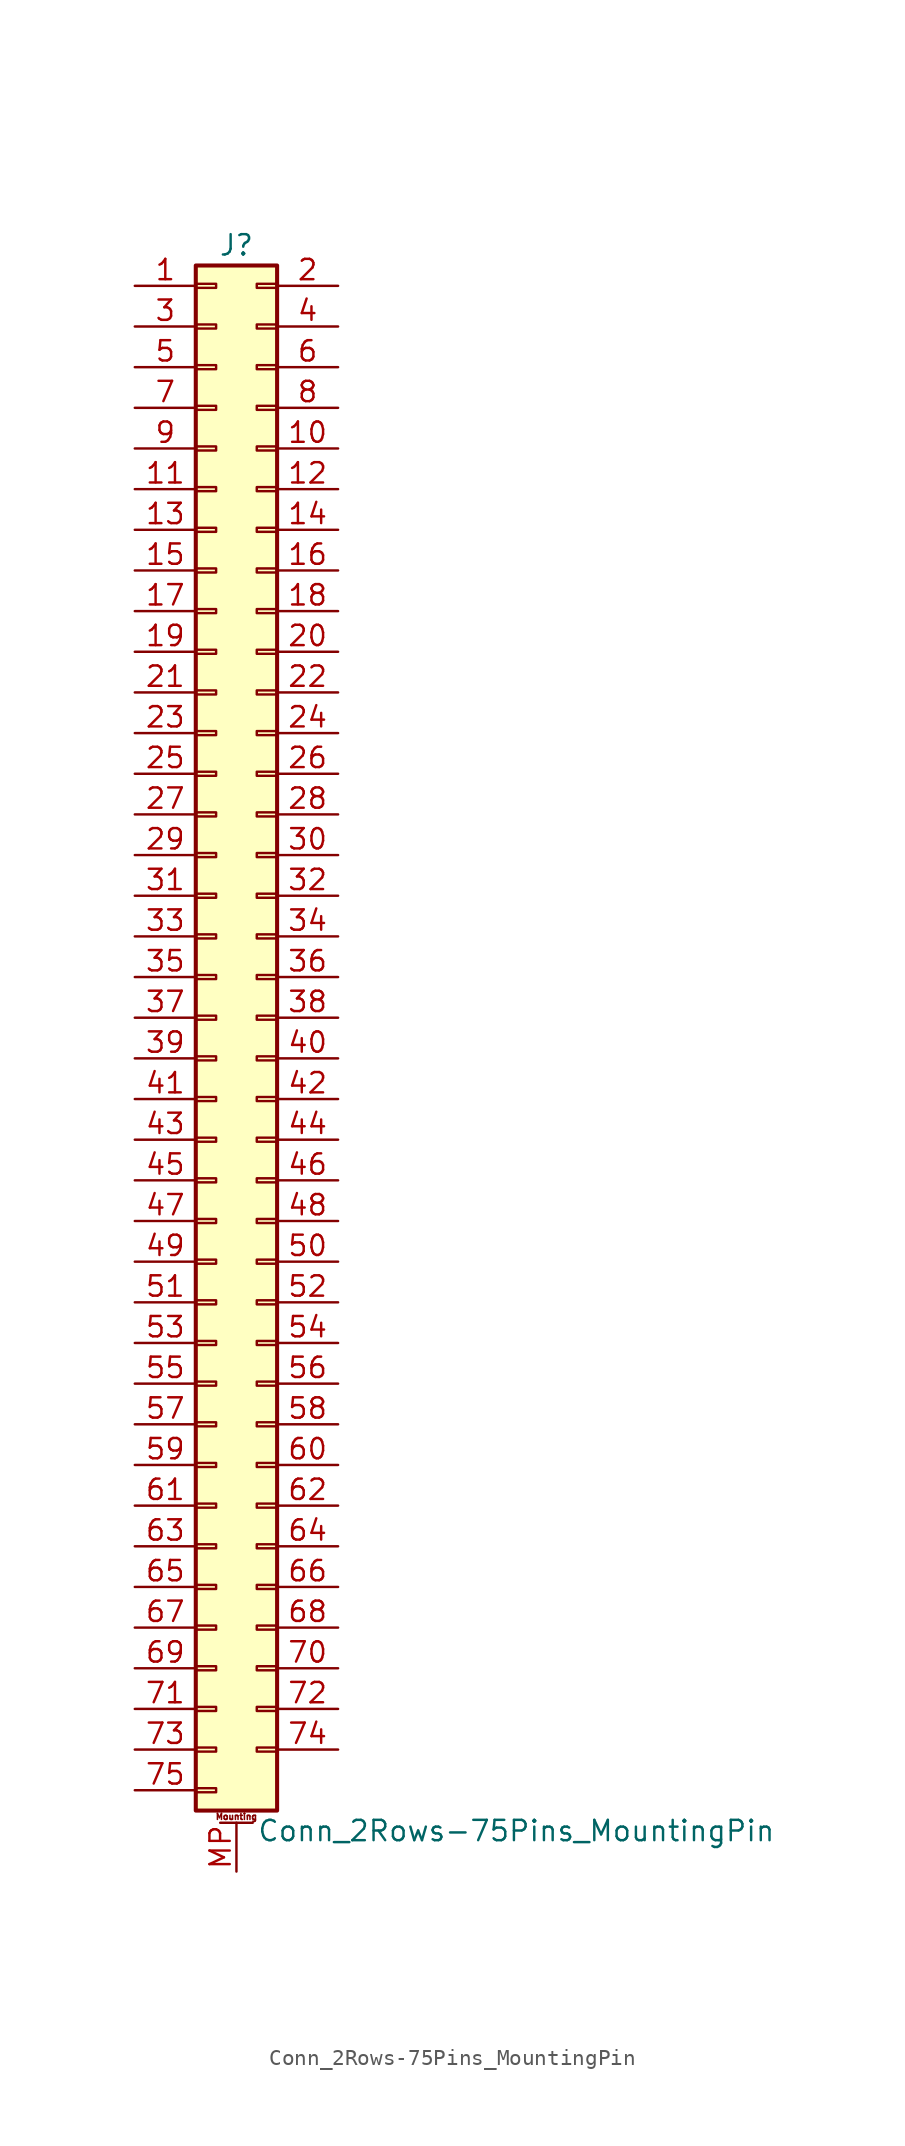
<source format=kicad_sym>
(kicad_symbol_lib
  (version 20211014)
  (generator kicad_symbol_editor)
  (symbol "Conn_2Rows-75Pins_MountingPin"
    (pin_names
      (offset 1.016) hide)
    (property "Reference" "J"
      (at 1.27 48.26 0)
      (effects (font (size 1.27 1.27))))
    (property "Value" "Conn_2Rows-75Pins_MountingPin"
      (at 2.54 -50.8 0)
      (effects (font (size 1.27 1.27)) (justify left)))
    (symbol "Conn_2Rows-75Pins_MountingPin_1_1"
      (rectangle (start -1.27 -48.133) (end 0 -48.387) (stroke (width 0.152) (type default) (color 0 0 0 0)) (fill (type none)))
      (rectangle (start -1.27 -45.593) (end 0 -45.847) (stroke (width 0.152) (type default) (color 0 0 0 0)) (fill (type none)))
      (rectangle (start -1.27 -43.053) (end 0 -43.307) (stroke (width 0.152) (type default) (color 0 0 0 0)) (fill (type none)))
      (rectangle (start -1.27 -40.513) (end 0 -40.767) (stroke (width 0.152) (type default) (color 0 0 0 0)) (fill (type none)))
      (rectangle (start -1.27 -37.973) (end 0 -38.227) (stroke (width 0.152) (type default) (color 0 0 0 0)) (fill (type none)))
      (rectangle (start -1.27 -35.433) (end 0 -35.687) (stroke (width 0.152) (type default) (color 0 0 0 0)) (fill (type none)))
      (rectangle (start -1.27 -32.893) (end 0 -33.147) (stroke (width 0.152) (type default) (color 0 0 0 0)) (fill (type none)))
      (rectangle (start -1.27 -30.353) (end 0 -30.607) (stroke (width 0.152) (type default) (color 0 0 0 0)) (fill (type none)))
      (rectangle (start -1.27 -27.813) (end 0 -28.067) (stroke (width 0.152) (type default) (color 0 0 0 0)) (fill (type none)))
      (rectangle (start -1.27 -25.273) (end 0 -25.527) (stroke (width 0.152) (type default) (color 0 0 0 0)) (fill (type none)))
      (rectangle (start -1.27 -22.733) (end 0 -22.987) (stroke (width 0.152) (type default) (color 0 0 0 0)) (fill (type none)))
      (rectangle (start -1.27 -20.193) (end 0 -20.447) (stroke (width 0.152) (type default) (color 0 0 0 0)) (fill (type none)))
      (rectangle (start -1.27 -17.653) (end 0 -17.907) (stroke (width 0.152) (type default) (color 0 0 0 0)) (fill (type none)))
      (rectangle (start -1.27 -15.113) (end 0 -15.367) (stroke (width 0.152) (type default) (color 0 0 0 0)) (fill (type none)))
      (rectangle (start -1.27 -12.573) (end 0 -12.827) (stroke (width 0.152) (type default) (color 0 0 0 0)) (fill (type none)))
      (rectangle (start -1.27 -10.033) (end 0 -10.287) (stroke (width 0.152) (type default) (color 0 0 0 0)) (fill (type none)))
      (rectangle (start -1.27 -7.493) (end 0 -7.747) (stroke (width 0.152) (type default) (color 0 0 0 0)) (fill (type none)))
      (rectangle (start -1.27 -4.953) (end 0 -5.207) (stroke (width 0.152) (type default) (color 0 0 0 0)) (fill (type none)))
      (rectangle (start -1.27 -2.413) (end 0 -2.667) (stroke (width 0.152) (type default) (color 0 0 0 0)) (fill (type none)))
      (rectangle (start -1.27 0.127) (end 0 -0.127) (stroke (width 0.152) (type default) (color 0 0 0 0)) (fill (type none)))
      (rectangle (start -1.27 2.667) (end 0 2.413) (stroke (width 0.152) (type default) (color 0 0 0 0)) (fill (type none)))
      (rectangle (start -1.27 5.207) (end 0 4.953) (stroke (width 0.152) (type default) (color 0 0 0 0)) (fill (type none)))
      (rectangle (start -1.27 7.747) (end 0 7.493) (stroke (width 0.152) (type default) (color 0 0 0 0)) (fill (type none)))
      (rectangle (start -1.27 10.287) (end 0 10.033) (stroke (width 0.152) (type default) (color 0 0 0 0)) (fill (type none)))
      (rectangle (start -1.27 12.827) (end 0 12.573) (stroke (width 0.152) (type default) (color 0 0 0 0)) (fill (type none)))
      (rectangle (start -1.27 15.367) (end 0 15.113) (stroke (width 0.152) (type default) (color 0 0 0 0)) (fill (type none)))
      (rectangle (start -1.27 17.907) (end 0 17.653) (stroke (width 0.152) (type default) (color 0 0 0 0)) (fill (type none)))
      (rectangle (start -1.27 20.447) (end 0 20.193) (stroke (width 0.152) (type default) (color 0 0 0 0)) (fill (type none)))
      (rectangle (start -1.27 22.987) (end 0 22.733) (stroke (width 0.152) (type default) (color 0 0 0 0)) (fill (type none)))
      (rectangle (start -1.27 25.527) (end 0 25.273) (stroke (width 0.152) (type default) (color 0 0 0 0)) (fill (type none)))
      (rectangle (start -1.27 28.067) (end 0 27.813) (stroke (width 0.152) (type default) (color 0 0 0 0)) (fill (type none)))
      (rectangle (start -1.27 30.607) (end 0 30.353) (stroke (width 0.152) (type default) (color 0 0 0 0)) (fill (type none)))
      (rectangle (start -1.27 33.147) (end 0 32.893) (stroke (width 0.152) (type default) (color 0 0 0 0)) (fill (type none)))
      (rectangle (start -1.27 35.687) (end 0 35.433) (stroke (width 0.152) (type default) (color 0 0 0 0)) (fill (type none)))
      (rectangle (start -1.27 38.227) (end 0 37.973) (stroke (width 0.152) (type default) (color 0 0 0 0)) (fill (type none)))
      (rectangle (start -1.27 40.767) (end 0 40.513) (stroke (width 0.152) (type default) (color 0 0 0 0)) (fill (type none)))
      (rectangle (start -1.27 43.307) (end 0 43.053) (stroke (width 0.152) (type default) (color 0 0 0 0)) (fill (type none)))
      (rectangle (start -1.27 45.847) (end 0 45.593) (stroke (width 0.152) (type default) (color 0 0 0 0)) (fill (type none)))
      (rectangle (start -1.27 46.99) (end 3.81 -49.53) (stroke (width 0.254) (type default) (color 0 0 0 0)) (fill (type background)))
      (polyline (pts (xy 0.254 -50.292) (xy 2.286 -50.292)) (stroke (width 0.152) (type default) (color 0 0 0 0)) (fill (type none)))
      (rectangle (start 3.81 -45.593) (end 2.54 -45.847) (stroke (width 0.152) (type default) (color 0 0 0 0)) (fill (type none)))
      (rectangle (start 3.81 -43.053) (end 2.54 -43.307) (stroke (width 0.152) (type default) (color 0 0 0 0)) (fill (type none)))
      (rectangle (start 3.81 -40.513) (end 2.54 -40.767) (stroke (width 0.152) (type default) (color 0 0 0 0)) (fill (type none)))
      (rectangle (start 3.81 -37.973) (end 2.54 -38.227) (stroke (width 0.152) (type default) (color 0 0 0 0)) (fill (type none)))
      (rectangle (start 3.81 -35.433) (end 2.54 -35.687) (stroke (width 0.152) (type default) (color 0 0 0 0)) (fill (type none)))
      (rectangle (start 3.81 -32.893) (end 2.54 -33.147) (stroke (width 0.152) (type default) (color 0 0 0 0)) (fill (type none)))
      (rectangle (start 3.81 -30.353) (end 2.54 -30.607) (stroke (width 0.152) (type default) (color 0 0 0 0)) (fill (type none)))
      (rectangle (start 3.81 -27.813) (end 2.54 -28.067) (stroke (width 0.152) (type default) (color 0 0 0 0)) (fill (type none)))
      (rectangle (start 3.81 -25.273) (end 2.54 -25.527) (stroke (width 0.152) (type default) (color 0 0 0 0)) (fill (type none)))
      (rectangle (start 3.81 -22.733) (end 2.54 -22.987) (stroke (width 0.152) (type default) (color 0 0 0 0)) (fill (type none)))
      (rectangle (start 3.81 -20.193) (end 2.54 -20.447) (stroke (width 0.152) (type default) (color 0 0 0 0)) (fill (type none)))
      (rectangle (start 3.81 -17.653) (end 2.54 -17.907) (stroke (width 0.152) (type default) (color 0 0 0 0)) (fill (type none)))
      (rectangle (start 3.81 -15.113) (end 2.54 -15.367) (stroke (width 0.152) (type default) (color 0 0 0 0)) (fill (type none)))
      (rectangle (start 3.81 -12.573) (end 2.54 -12.827) (stroke (width 0.152) (type default) (color 0 0 0 0)) (fill (type none)))
      (rectangle (start 3.81 -10.033) (end 2.54 -10.287) (stroke (width 0.152) (type default) (color 0 0 0 0)) (fill (type none)))
      (rectangle (start 3.81 -7.493) (end 2.54 -7.747) (stroke (width 0.152) (type default) (color 0 0 0 0)) (fill (type none)))
      (rectangle (start 3.81 -4.953) (end 2.54 -5.207) (stroke (width 0.152) (type default) (color 0 0 0 0)) (fill (type none)))
      (rectangle (start 3.81 -2.413) (end 2.54 -2.667) (stroke (width 0.152) (type default) (color 0 0 0 0)) (fill (type none)))
      (rectangle (start 3.81 0.127) (end 2.54 -0.127) (stroke (width 0.152) (type default) (color 0 0 0 0)) (fill (type none)))
      (rectangle (start 3.81 2.667) (end 2.54 2.413) (stroke (width 0.152) (type default) (color 0 0 0 0)) (fill (type none)))
      (rectangle (start 3.81 5.207) (end 2.54 4.953) (stroke (width 0.152) (type default) (color 0 0 0 0)) (fill (type none)))
      (rectangle (start 3.81 7.747) (end 2.54 7.493) (stroke (width 0.152) (type default) (color 0 0 0 0)) (fill (type none)))
      (rectangle (start 3.81 10.287) (end 2.54 10.033) (stroke (width 0.152) (type default) (color 0 0 0 0)) (fill (type none)))
      (rectangle (start 3.81 12.827) (end 2.54 12.573) (stroke (width 0.152) (type default) (color 0 0 0 0)) (fill (type none)))
      (rectangle (start 3.81 15.367) (end 2.54 15.113) (stroke (width 0.152) (type default) (color 0 0 0 0)) (fill (type none)))
      (rectangle (start 3.81 17.907) (end 2.54 17.653) (stroke (width 0.152) (type default) (color 0 0 0 0)) (fill (type none)))
      (rectangle (start 3.81 20.447) (end 2.54 20.193) (stroke (width 0.152) (type default) (color 0 0 0 0)) (fill (type none)))
      (rectangle (start 3.81 22.987) (end 2.54 22.733) (stroke (width 0.152) (type default) (color 0 0 0 0)) (fill (type none)))
      (rectangle (start 3.81 25.527) (end 2.54 25.273) (stroke (width 0.152) (type default) (color 0 0 0 0)) (fill (type none)))
      (rectangle (start 3.81 28.067) (end 2.54 27.813) (stroke (width 0.152) (type default) (color 0 0 0 0)) (fill (type none)))
      (rectangle (start 3.81 30.607) (end 2.54 30.353) (stroke (width 0.152) (type default) (color 0 0 0 0)) (fill (type none)))
      (rectangle (start 3.81 33.147) (end 2.54 32.893) (stroke (width 0.152) (type default) (color 0 0 0 0)) (fill (type none)))
      (rectangle (start 3.81 35.687) (end 2.54 35.433) (stroke (width 0.152) (type default) (color 0 0 0 0)) (fill (type none)))
      (rectangle (start 3.81 38.227) (end 2.54 37.973) (stroke (width 0.152) (type default) (color 0 0 0 0)) (fill (type none)))
      (rectangle (start 3.81 40.767) (end 2.54 40.513) (stroke (width 0.152) (type default) (color 0 0 0 0)) (fill (type none)))
      (rectangle (start 3.81 43.307) (end 2.54 43.053) (stroke (width 0.152) (type default) (color 0 0 0 0)) (fill (type none)))
      (rectangle (start 3.81 45.847) (end 2.54 45.593) (stroke (width 0.152) (type default) (color 0 0 0 0)) (fill (type none)))
      (text "Mounting" (at 1.27 -49.911 0) (effects (font (size 0.381 0.381))))
      (pin passive line (at -5.08 45.72 0) (length 3.81) (name "Pin_1" (effects (font (size 1.27 1.27)))) (number "1" (effects (font (size 1.27 1.27)))))
      (pin passive line (at 7.62 35.56 180) (length 3.81) (name "Pin_10" (effects (font (size 1.27 1.27)))) (number "10" (effects (font (size 1.27 1.27)))))
      (pin passive line (at -5.08 33.02 0) (length 3.81) (name "Pin_11" (effects (font (size 1.27 1.27)))) (number "11" (effects (font (size 1.27 1.27)))))
      (pin passive line (at 7.62 33.02 180) (length 3.81) (name "Pin_12" (effects (font (size 1.27 1.27)))) (number "12" (effects (font (size 1.27 1.27)))))
      (pin passive line (at -5.08 30.48 0) (length 3.81) (name "Pin_13" (effects (font (size 1.27 1.27)))) (number "13" (effects (font (size 1.27 1.27)))))
      (pin passive line (at 7.62 30.48 180) (length 3.81) (name "Pin_14" (effects (font (size 1.27 1.27)))) (number "14" (effects (font (size 1.27 1.27)))))
      (pin passive line (at -5.08 27.94 0) (length 3.81) (name "Pin_15" (effects (font (size 1.27 1.27)))) (number "15" (effects (font (size 1.27 1.27)))))
      (pin passive line (at 7.62 27.94 180) (length 3.81) (name "Pin_16" (effects (font (size 1.27 1.27)))) (number "16" (effects (font (size 1.27 1.27)))))
      (pin passive line (at -5.08 25.4 0) (length 3.81) (name "Pin_17" (effects (font (size 1.27 1.27)))) (number "17" (effects (font (size 1.27 1.27)))))
      (pin passive line (at 7.62 25.4 180) (length 3.81) (name "Pin_18" (effects (font (size 1.27 1.27)))) (number "18" (effects (font (size 1.27 1.27)))))
      (pin passive line (at -5.08 22.86 0) (length 3.81) (name "Pin_19" (effects (font (size 1.27 1.27)))) (number "19" (effects (font (size 1.27 1.27)))))
      (pin passive line (at 7.62 45.72 180) (length 3.81) (name "Pin_2" (effects (font (size 1.27 1.27)))) (number "2" (effects (font (size 1.27 1.27)))))
      (pin passive line (at 7.62 22.86 180) (length 3.81) (name "Pin_20" (effects (font (size 1.27 1.27)))) (number "20" (effects (font (size 1.27 1.27)))))
      (pin passive line (at -5.08 20.32 0) (length 3.81) (name "Pin_21" (effects (font (size 1.27 1.27)))) (number "21" (effects (font (size 1.27 1.27)))))
      (pin passive line (at 7.62 20.32 180) (length 3.81) (name "Pin_22" (effects (font (size 1.27 1.27)))) (number "22" (effects (font (size 1.27 1.27)))))
      (pin passive line (at -5.08 17.78 0) (length 3.81) (name "Pin_23" (effects (font (size 1.27 1.27)))) (number "23" (effects (font (size 1.27 1.27)))))
      (pin passive line (at 7.62 17.78 180) (length 3.81) (name "Pin_24" (effects (font (size 1.27 1.27)))) (number "24" (effects (font (size 1.27 1.27)))))
      (pin passive line (at -5.08 15.24 0) (length 3.81) (name "Pin_25" (effects (font (size 1.27 1.27)))) (number "25" (effects (font (size 1.27 1.27)))))
      (pin passive line (at 7.62 15.24 180) (length 3.81) (name "Pin_26" (effects (font (size 1.27 1.27)))) (number "26" (effects (font (size 1.27 1.27)))))
      (pin passive line (at -5.08 12.7 0) (length 3.81) (name "Pin_27" (effects (font (size 1.27 1.27)))) (number "27" (effects (font (size 1.27 1.27)))))
      (pin passive line (at 7.62 12.7 180) (length 3.81) (name "Pin_28" (effects (font (size 1.27 1.27)))) (number "28" (effects (font (size 1.27 1.27)))))
      (pin passive line (at -5.08 10.16 0) (length 3.81) (name "Pin_29" (effects (font (size 1.27 1.27)))) (number "29" (effects (font (size 1.27 1.27)))))
      (pin passive line (at -5.08 43.18 0) (length 3.81) (name "Pin_3" (effects (font (size 1.27 1.27)))) (number "3" (effects (font (size 1.27 1.27)))))
      (pin passive line (at 7.62 10.16 180) (length 3.81) (name "Pin_30" (effects (font (size 1.27 1.27)))) (number "30" (effects (font (size 1.27 1.27)))))
      (pin passive line (at -5.08 7.62 0) (length 3.81) (name "Pin_31" (effects (font (size 1.27 1.27)))) (number "31" (effects (font (size 1.27 1.27)))))
      (pin passive line (at 7.62 7.62 180) (length 3.81) (name "Pin_32" (effects (font (size 1.27 1.27)))) (number "32" (effects (font (size 1.27 1.27)))))
      (pin passive line (at -5.08 5.08 0) (length 3.81) (name "Pin_33" (effects (font (size 1.27 1.27)))) (number "33" (effects (font (size 1.27 1.27)))))
      (pin passive line (at 7.62 5.08 180) (length 3.81) (name "Pin_34" (effects (font (size 1.27 1.27)))) (number "34" (effects (font (size 1.27 1.27)))))
      (pin passive line (at -5.08 2.54 0) (length 3.81) (name "Pin_35" (effects (font (size 1.27 1.27)))) (number "35" (effects (font (size 1.27 1.27)))))
      (pin passive line (at 7.62 2.54 180) (length 3.81) (name "Pin_36" (effects (font (size 1.27 1.27)))) (number "36" (effects (font (size 1.27 1.27)))))
      (pin passive line (at -5.08 0 0) (length 3.81) (name "Pin_37" (effects (font (size 1.27 1.27)))) (number "37" (effects (font (size 1.27 1.27)))))
      (pin passive line (at 7.62 0 180) (length 3.81) (name "Pin_38" (effects (font (size 1.27 1.27)))) (number "38" (effects (font (size 1.27 1.27)))))
      (pin passive line (at -5.08 -2.54 0) (length 3.81) (name "Pin_39" (effects (font (size 1.27 1.27)))) (number "39" (effects (font (size 1.27 1.27)))))
      (pin passive line (at 7.62 43.18 180) (length 3.81) (name "Pin_4" (effects (font (size 1.27 1.27)))) (number "4" (effects (font (size 1.27 1.27)))))
      (pin passive line (at 7.62 -2.54 180) (length 3.81) (name "Pin_40" (effects (font (size 1.27 1.27)))) (number "40" (effects (font (size 1.27 1.27)))))
      (pin passive line (at -5.08 -5.08 0) (length 3.81) (name "Pin_41" (effects (font (size 1.27 1.27)))) (number "41" (effects (font (size 1.27 1.27)))))
      (pin passive line (at 7.62 -5.08 180) (length 3.81) (name "Pin_42" (effects (font (size 1.27 1.27)))) (number "42" (effects (font (size 1.27 1.27)))))
      (pin passive line (at -5.08 -7.62 0) (length 3.81) (name "Pin_43" (effects (font (size 1.27 1.27)))) (number "43" (effects (font (size 1.27 1.27)))))
      (pin passive line (at 7.62 -7.62 180) (length 3.81) (name "Pin_44" (effects (font (size 1.27 1.27)))) (number "44" (effects (font (size 1.27 1.27)))))
      (pin passive line (at -5.08 -10.16 0) (length 3.81) (name "Pin_45" (effects (font (size 1.27 1.27)))) (number "45" (effects (font (size 1.27 1.27)))))
      (pin passive line (at 7.62 -10.16 180) (length 3.81) (name "Pin_46" (effects (font (size 1.27 1.27)))) (number "46" (effects (font (size 1.27 1.27)))))
      (pin passive line (at -5.08 -12.7 0) (length 3.81) (name "Pin_47" (effects (font (size 1.27 1.27)))) (number "47" (effects (font (size 1.27 1.27)))))
      (pin passive line (at 7.62 -12.7 180) (length 3.81) (name "Pin_48" (effects (font (size 1.27 1.27)))) (number "48" (effects (font (size 1.27 1.27)))))
      (pin passive line (at -5.08 -15.24 0) (length 3.81) (name "Pin_49" (effects (font (size 1.27 1.27)))) (number "49" (effects (font (size 1.27 1.27)))))
      (pin passive line (at -5.08 40.64 0) (length 3.81) (name "Pin_5" (effects (font (size 1.27 1.27)))) (number "5" (effects (font (size 1.27 1.27)))))
      (pin passive line (at 7.62 -15.24 180) (length 3.81) (name "Pin_50" (effects (font (size 1.27 1.27)))) (number "50" (effects (font (size 1.27 1.27)))))
      (pin passive line (at -5.08 -17.78 0) (length 3.81) (name "Pin_51" (effects (font (size 1.27 1.27)))) (number "51" (effects (font (size 1.27 1.27)))))
      (pin passive line (at 7.62 -17.78 180) (length 3.81) (name "Pin_52" (effects (font (size 1.27 1.27)))) (number "52" (effects (font (size 1.27 1.27)))))
      (pin passive line (at -5.08 -20.32 0) (length 3.81) (name "Pin_53" (effects (font (size 1.27 1.27)))) (number "53" (effects (font (size 1.27 1.27)))))
      (pin passive line (at 7.62 -20.32 180) (length 3.81) (name "Pin_54" (effects (font (size 1.27 1.27)))) (number "54" (effects (font (size 1.27 1.27)))))
      (pin passive line (at -5.08 -22.86 0) (length 3.81) (name "Pin_55" (effects (font (size 1.27 1.27)))) (number "55" (effects (font (size 1.27 1.27)))))
      (pin passive line (at 7.62 -22.86 180) (length 3.81) (name "Pin_56" (effects (font (size 1.27 1.27)))) (number "56" (effects (font (size 1.27 1.27)))))
      (pin passive line (at -5.08 -25.4 0) (length 3.81) (name "Pin_57" (effects (font (size 1.27 1.27)))) (number "57" (effects (font (size 1.27 1.27)))))
      (pin passive line (at 7.62 -25.4 180) (length 3.81) (name "Pin_58" (effects (font (size 1.27 1.27)))) (number "58" (effects (font (size 1.27 1.27)))))
      (pin passive line (at -5.08 -27.94 0) (length 3.81) (name "Pin_59" (effects (font (size 1.27 1.27)))) (number "59" (effects (font (size 1.27 1.27)))))
      (pin passive line (at 7.62 40.64 180) (length 3.81) (name "Pin_6" (effects (font (size 1.27 1.27)))) (number "6" (effects (font (size 1.27 1.27)))))
      (pin passive line (at 7.62 -27.94 180) (length 3.81) (name "Pin_60" (effects (font (size 1.27 1.27)))) (number "60" (effects (font (size 1.27 1.27)))))
      (pin passive line (at -5.08 -30.48 0) (length 3.81) (name "Pin_61" (effects (font (size 1.27 1.27)))) (number "61" (effects (font (size 1.27 1.27)))))
      (pin passive line (at 7.62 -30.48 180) (length 3.81) (name "Pin_62" (effects (font (size 1.27 1.27)))) (number "62" (effects (font (size 1.27 1.27)))))
      (pin passive line (at -5.08 -33.02 0) (length 3.81) (name "Pin_63" (effects (font (size 1.27 1.27)))) (number "63" (effects (font (size 1.27 1.27)))))
      (pin passive line (at 7.62 -33.02 180) (length 3.81) (name "Pin_64" (effects (font (size 1.27 1.27)))) (number "64" (effects (font (size 1.27 1.27)))))
      (pin passive line (at -5.08 -35.56 0) (length 3.81) (name "Pin_65" (effects (font (size 1.27 1.27)))) (number "65" (effects (font (size 1.27 1.27)))))
      (pin passive line (at 7.62 -35.56 180) (length 3.81) (name "Pin_66" (effects (font (size 1.27 1.27)))) (number "66" (effects (font (size 1.27 1.27)))))
      (pin passive line (at -5.08 -38.1 0) (length 3.81) (name "Pin_67" (effects (font (size 1.27 1.27)))) (number "67" (effects (font (size 1.27 1.27)))))
      (pin passive line (at 7.62 -38.1 180) (length 3.81) (name "Pin_68" (effects (font (size 1.27 1.27)))) (number "68" (effects (font (size 1.27 1.27)))))
      (pin passive line (at -5.08 -40.64 0) (length 3.81) (name "Pin_69" (effects (font (size 1.27 1.27)))) (number "69" (effects (font (size 1.27 1.27)))))
      (pin passive line (at -5.08 38.1 0) (length 3.81) (name "Pin_7" (effects (font (size 1.27 1.27)))) (number "7" (effects (font (size 1.27 1.27)))))
      (pin passive line (at 7.62 -40.64 180) (length 3.81) (name "Pin_70" (effects (font (size 1.27 1.27)))) (number "70" (effects (font (size 1.27 1.27)))))
      (pin passive line (at -5.08 -43.18 0) (length 3.81) (name "Pin_71" (effects (font (size 1.27 1.27)))) (number "71" (effects (font (size 1.27 1.27)))))
      (pin passive line (at 7.62 -43.18 180) (length 3.81) (name "Pin_72" (effects (font (size 1.27 1.27)))) (number "72" (effects (font (size 1.27 1.27)))))
      (pin passive line (at -5.08 -45.72 0) (length 3.81) (name "Pin_73" (effects (font (size 1.27 1.27)))) (number "73" (effects (font (size 1.27 1.27)))))
      (pin passive line (at 7.62 -45.72 180) (length 3.81) (name "Pin_74" (effects (font (size 1.27 1.27)))) (number "74" (effects (font (size 1.27 1.27)))))
      (pin passive line (at -5.08 -48.26 0) (length 3.81) (name "Pin_75" (effects (font (size 1.27 1.27)))) (number "75" (effects (font (size 1.27 1.27)))))
      (pin passive line (at 7.62 38.1 180) (length 3.81) (name "Pin_8" (effects (font (size 1.27 1.27)))) (number "8" (effects (font (size 1.27 1.27)))))
      (pin passive line (at -5.08 35.56 0) (length 3.81) (name "Pin_9" (effects (font (size 1.27 1.27)))) (number "9" (effects (font (size 1.27 1.27)))))
      (pin passive line (at 1.27 -53.34 90) (length 3.048) (name "MountPin" (effects (font (size 1.27 1.27)))) (number "MP" (effects (font (size 1.27 1.27))))))))
</source>
